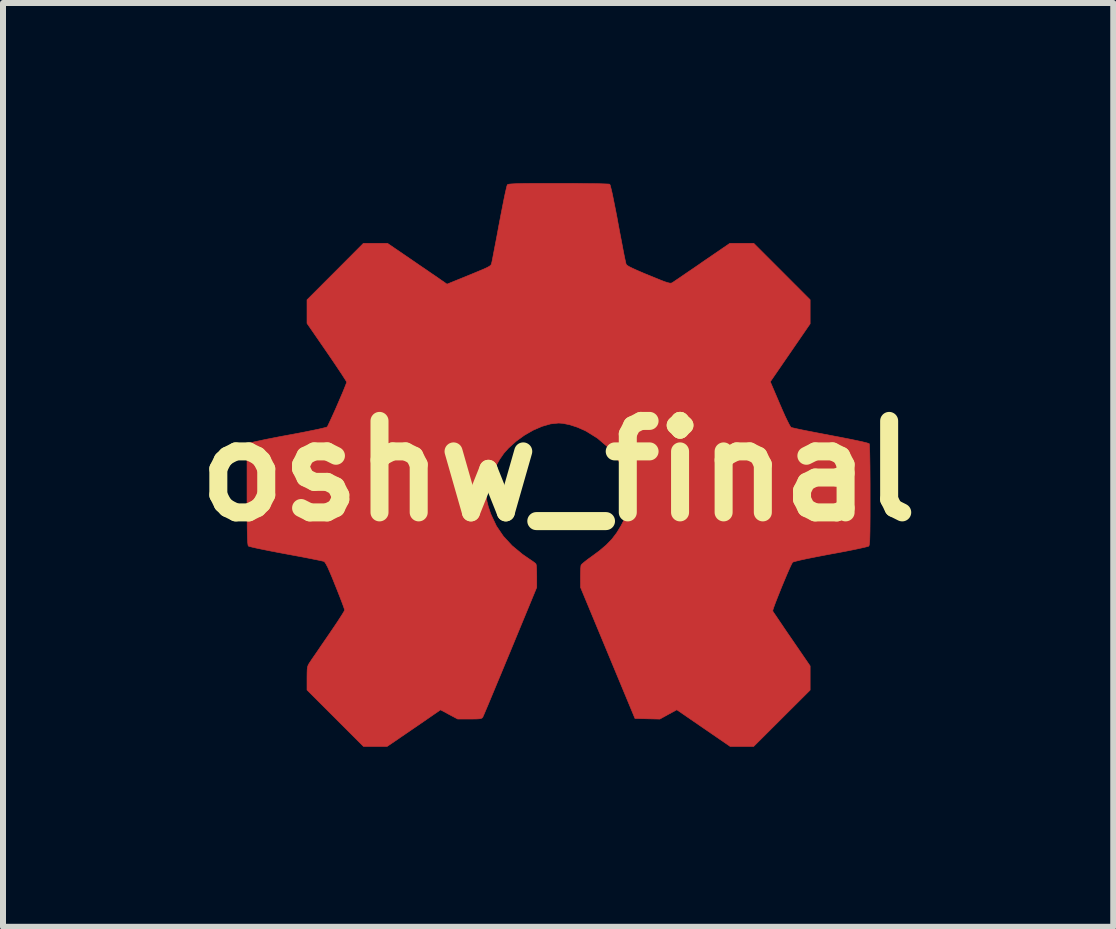
<source format=kicad_pcb>
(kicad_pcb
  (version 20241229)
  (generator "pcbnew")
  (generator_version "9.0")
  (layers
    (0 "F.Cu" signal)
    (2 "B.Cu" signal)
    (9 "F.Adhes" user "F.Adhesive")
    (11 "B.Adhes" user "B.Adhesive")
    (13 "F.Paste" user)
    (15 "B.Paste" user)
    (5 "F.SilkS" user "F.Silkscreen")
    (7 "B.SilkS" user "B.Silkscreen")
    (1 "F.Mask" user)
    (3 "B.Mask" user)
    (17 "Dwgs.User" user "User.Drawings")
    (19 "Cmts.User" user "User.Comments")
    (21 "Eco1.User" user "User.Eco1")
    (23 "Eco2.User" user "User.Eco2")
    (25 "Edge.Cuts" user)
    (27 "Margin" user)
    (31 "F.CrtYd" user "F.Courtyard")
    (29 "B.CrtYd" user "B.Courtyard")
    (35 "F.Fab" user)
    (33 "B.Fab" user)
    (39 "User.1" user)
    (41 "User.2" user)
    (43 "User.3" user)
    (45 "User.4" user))
  (footprint "oshw_final"
    (layer "F.Cu")
    (at 6.248 4.797)
    (property "Reference" "oshw_final" (at 0 0 0) (layer "F.SilkS") (effects (font (size 1.524 1.524) (thickness 0.3))))
    (attr through_hole)
    (fp_poly (pts (xy 0.171 -4.792) (xy 0.327 -4.791) (xy 0.468 -4.789) (xy 0.593 -4.788) (xy 0.698 -4.786) (xy 0.78 -4.783) (xy 0.835 -4.781) (xy 0.859 -4.778) (xy 0.86 -4.778) (xy 0.869 -4.758) (xy 0.882 -4.707) (xy 0.901 -4.627) (xy 0.923 -4.52) (xy 0.949 -4.39) (xy 0.979 -4.238) (xy 1 -4.122) (xy 1.027 -3.978) (xy 1.053 -3.843) (xy 1.076 -3.721) (xy 1.096 -3.617) (xy 1.113 -3.534) (xy 1.126 -3.476) (xy 1.133 -3.446) (xy 1.134 -3.444) (xy 1.148 -3.428) (xy 1.182 -3.406) (xy 1.239 -3.378) (xy 1.32 -3.341) (xy 1.429 -3.294) (xy 1.508 -3.262) (xy 1.623 -3.215) (xy 1.711 -3.179) (xy 1.776 -3.154) (xy 1.823 -3.139) (xy 1.855 -3.131) (xy 1.877 -3.129) (xy 1.894 -3.133) (xy 1.909 -3.142) (xy 1.911 -3.143) (xy 1.936 -3.16) (xy 1.985 -3.193) (xy 2.054 -3.24) (xy 2.14 -3.299) (xy 2.239 -3.366) (xy 2.347 -3.44) (xy 2.408 -3.483) (xy 2.861 -3.793) (xy 3.26 -3.793) (xy 3.73 -3.323) (xy 4.199 -2.853) (xy 4.199 -2.453) (xy 3.867 -1.97) (xy 3.535 -1.487) (xy 3.694 -1.115) (xy 3.741 -1.006) (xy 3.784 -0.91) (xy 3.823 -0.829) (xy 3.854 -0.769) (xy 3.875 -0.734) (xy 3.882 -0.726) (xy 3.905 -0.72) (xy 3.957 -0.708) (xy 4.035 -0.691) (xy 4.134 -0.671) (xy 4.252 -0.648) (xy 4.383 -0.623) (xy 4.525 -0.596) (xy 4.541 -0.593) (xy 4.703 -0.562) (xy 4.846 -0.534) (xy 4.967 -0.509) (xy 5.064 -0.488) (xy 5.134 -0.471) (xy 5.175 -0.459) (xy 5.184 -0.454) (xy 5.187 -0.433) (xy 5.189 -0.381) (xy 5.192 -0.303) (xy 5.194 -0.201) (xy 5.196 -0.078) (xy 5.197 0.062) (xy 5.198 0.216) (xy 5.198 0.38) (xy 5.198 0.4) (xy 5.198 0.594) (xy 5.198 0.756) (xy 5.197 0.89) (xy 5.196 0.999) (xy 5.194 1.083) (xy 5.192 1.148) (xy 5.188 1.194) (xy 5.185 1.225) (xy 5.18 1.244) (xy 5.175 1.252) (xy 5.153 1.259) (xy 5.102 1.272) (xy 5.025 1.289) (xy 4.927 1.31) (xy 4.811 1.333) (xy 4.681 1.358) (xy 4.544 1.383) (xy 4.391 1.412) (xy 4.253 1.439) (xy 4.134 1.463) (xy 4.037 1.484) (xy 3.965 1.502) (xy 3.921 1.514) (xy 3.909 1.52) (xy 3.895 1.541) (xy 3.872 1.588) (xy 3.842 1.655) (xy 3.806 1.738) (xy 3.767 1.831) (xy 3.726 1.929) (xy 3.687 2.027) (xy 3.65 2.12) (xy 3.618 2.202) (xy 3.594 2.268) (xy 3.579 2.314) (xy 3.576 2.333) (xy 3.586 2.35) (xy 3.614 2.391) (xy 3.656 2.453) (xy 3.71 2.533) (xy 3.774 2.628) (xy 3.846 2.733) (xy 3.89 2.797) (xy 4.199 3.248) (xy 4.199 3.65) (xy 3.258 4.589) (xy 2.867 4.589) (xy 2.423 4.284) (xy 1.978 3.978) (xy 1.836 4.055) (xy 1.695 4.133) (xy 1.488 4.128) (xy 1.281 4.123) (xy 0.374 1.939) (xy 0.373 1.767) (xy 0.374 1.691) (xy 0.376 1.627) (xy 0.38 1.582) (xy 0.383 1.568) (xy 0.4 1.548) (xy 0.44 1.514) (xy 0.495 1.471) (xy 0.548 1.433) (xy 0.688 1.33) (xy 0.802 1.233) (xy 0.896 1.136) (xy 0.976 1.031) (xy 1.048 0.913) (xy 1.094 0.824) (xy 1.161 0.665) (xy 1.201 0.521) (xy 1.212 0.391) (xy 1.204 0.309) (xy 1.15 0.11) (xy 1.066 -0.078) (xy 0.954 -0.253) (xy 0.816 -0.41) (xy 0.655 -0.547) (xy 0.472 -0.661) (xy 0.449 -0.673) (xy 0.322 -0.729) (xy 0.196 -0.77) (xy 0.079 -0.794) (xy 0.008 -0.799) (xy -0.124 -0.785) (xy -0.267 -0.744) (xy -0.415 -0.68) (xy -0.561 -0.596) (xy -0.699 -0.496) (xy -0.825 -0.383) (xy -0.903 -0.296) (xy -0.977 -0.189) (xy -1.049 -0.061) (xy -1.111 0.076) (xy -1.159 0.21) (xy -1.17 0.252) (xy -1.188 0.34) (xy -1.194 0.421) (xy -1.186 0.503) (xy -1.163 0.594) (xy -1.126 0.704) (xy -1.115 0.731) (xy -1.028 0.916) (xy -0.912 1.087) (xy -0.767 1.244) (xy -0.592 1.389) (xy -0.474 1.47) (xy -0.424 1.504) (xy -0.386 1.532) (xy -0.369 1.548) (xy -0.363 1.572) (xy -0.359 1.621) (xy -0.357 1.689) (xy -0.356 1.753) (xy -0.356 1.939) (xy -0.795 3.002) (xy -0.87 3.182) (xy -0.941 3.354) (xy -1.008 3.514) (xy -1.069 3.661) (xy -1.123 3.79) (xy -1.169 3.901) (xy -1.207 3.99) (xy -1.234 4.054) (xy -1.25 4.09) (xy -1.253 4.098) (xy -1.264 4.112) (xy -1.281 4.122) (xy -1.311 4.128) (xy -1.36 4.131) (xy -1.435 4.132) (xy -1.472 4.132) (xy -1.673 4.132) (xy -1.816 4.056) (xy -1.959 3.979) (xy -2.237 4.171) (xy -2.336 4.239) (xy -2.44 4.31) (xy -2.539 4.378) (xy -2.626 4.437) (xy -2.682 4.476) (xy -2.849 4.589) (xy -3.242 4.589) (xy -3.712 4.119) (xy -4.183 3.648) (xy -4.183 3.452) (xy -4.182 3.367) (xy -4.18 3.308) (xy -4.175 3.267) (xy -4.164 3.235) (xy -4.147 3.204) (xy -4.126 3.173) (xy -4.102 3.136) (xy -4.061 3.077) (xy -4.007 2.999) (xy -3.945 2.907) (xy -3.876 2.807) (xy -3.813 2.715) (xy -3.745 2.615) (xy -3.683 2.523) (xy -3.631 2.443) (xy -3.591 2.38) (xy -3.565 2.336) (xy -3.556 2.317) (xy -3.562 2.296) (xy -3.579 2.247) (xy -3.605 2.177) (xy -3.639 2.089) (xy -3.679 1.987) (xy -3.711 1.908) (xy -3.763 1.778) (xy -3.806 1.677) (xy -3.839 1.602) (xy -3.866 1.551) (xy -3.886 1.52) (xy -3.901 1.506) (xy -3.901 1.506) (xy -3.926 1.5) (xy -3.98 1.488) (xy -4.059 1.472) (xy -4.159 1.452) (xy -4.277 1.429) (xy -4.407 1.405) (xy -4.536 1.381) (xy -4.675 1.355) (xy -4.804 1.33) (xy -4.918 1.307) (xy -5.015 1.287) (xy -5.09 1.27) (xy -5.139 1.258) (xy -5.159 1.251) (xy -5.164 1.241) (xy -5.168 1.22) (xy -5.172 1.185) (xy -5.175 1.133) (xy -5.177 1.062) (xy -5.179 0.969) (xy -5.18 0.851) (xy -5.181 0.707) (xy -5.182 0.533) (xy -5.182 0.396) (xy -5.182 -0.439) (xy -5.144 -0.463) (xy -5.119 -0.471) (xy -5.064 -0.485) (xy -4.984 -0.502) (xy -4.883 -0.524) (xy -4.765 -0.547) (xy -4.633 -0.573) (xy -4.491 -0.599) (xy -4.487 -0.6) (xy -4.346 -0.626) (xy -4.216 -0.651) (xy -4.099 -0.675) (xy -4 -0.695) (xy -3.923 -0.713) (xy -3.871 -0.726) (xy -3.849 -0.734) (xy -3.848 -0.734) (xy -3.836 -0.754) (xy -3.814 -0.801) (xy -3.783 -0.867) (xy -3.746 -0.948) (xy -3.705 -1.039) (xy -3.664 -1.134) (xy -3.624 -1.227) (xy -3.587 -1.313) (xy -3.557 -1.387) (xy -3.535 -1.443) (xy -3.523 -1.476) (xy -3.522 -1.481) (xy -3.531 -1.499) (xy -3.558 -1.541) (xy -3.599 -1.605) (xy -3.653 -1.686) (xy -3.717 -1.782) (xy -3.79 -1.889) (xy -3.852 -1.98) (xy -4.183 -2.46) (xy -4.183 -2.852) (xy -3.713 -3.322) (xy -3.244 -3.793) (xy -2.842 -3.793) (xy -2.416 -3.502) (xy -2.306 -3.426) (xy -2.201 -3.355) (xy -2.107 -3.29) (xy -2.027 -3.236) (xy -1.966 -3.193) (xy -1.927 -3.166) (xy -1.92 -3.162) (xy -1.851 -3.113) (xy -1.531 -3.243) (xy -1.407 -3.294) (xy -1.311 -3.334) (xy -1.239 -3.364) (xy -1.187 -3.388) (xy -1.153 -3.406) (xy -1.131 -3.421) (xy -1.118 -3.434) (xy -1.111 -3.448) (xy -1.11 -3.453) (xy -1.104 -3.477) (xy -1.093 -3.53) (xy -1.078 -3.609) (xy -1.059 -3.709) (xy -1.036 -3.827) (xy -1.011 -3.959) (xy -0.985 -4.101) (xy -0.982 -4.115) (xy -0.955 -4.258) (xy -0.929 -4.39) (xy -0.906 -4.508) (xy -0.885 -4.609) (xy -0.867 -4.689) (xy -0.854 -4.743) (xy -0.846 -4.768) (xy -0.845 -4.768) (xy -0.836 -4.774) (xy -0.816 -4.779) (xy -0.784 -4.782) (xy -0.735 -4.785) (xy -0.669 -4.788) (xy -0.581 -4.79) (xy -0.47 -4.791) (xy -0.333 -4.791) (xy -0.167 -4.792) (xy 0.006 -4.792) (xy 0.171 -4.792)) (stroke (width 0.01) (type solid)) (fill yes) (layer "F.Cu"))
    (fp_poly (pts (xy 0.153 -4.622) (xy 0.29 -4.621) (xy 0.413 -4.62) (xy 0.518 -4.617) (xy 0.602 -4.615) (xy 0.66 -4.612) (xy 0.689 -4.609) (xy 0.691 -4.608) (xy 0.699 -4.588) (xy 0.713 -4.537) (xy 0.732 -4.458) (xy 0.754 -4.351) (xy 0.781 -4.221) (xy 0.81 -4.069) (xy 0.836 -3.93) (xy 0.864 -3.785) (xy 0.89 -3.649) (xy 0.914 -3.528) (xy 0.935 -3.423) (xy 0.953 -3.341) (xy 0.966 -3.283) (xy 0.975 -3.253) (xy 0.976 -3.251) (xy 0.997 -3.239) (xy 1.044 -3.217) (xy 1.112 -3.187) (xy 1.197 -3.151) (xy 1.294 -3.111) (xy 1.398 -3.068) (xy 1.504 -3.025) (xy 1.608 -2.984) (xy 1.705 -2.946) (xy 1.789 -2.913) (xy 1.857 -2.888) (xy 1.903 -2.873) (xy 1.922 -2.868) (xy 1.922 -2.868) (xy 1.94 -2.879) (xy 1.982 -2.907) (xy 2.046 -2.95) (xy 2.129 -3.006) (xy 2.227 -3.072) (xy 2.337 -3.148) (xy 2.457 -3.23) (xy 2.486 -3.249) (xy 2.607 -3.332) (xy 2.72 -3.409) (xy 2.823 -3.477) (xy 2.911 -3.535) (xy 2.982 -3.58) (xy 3.032 -3.61) (xy 3.058 -3.623) (xy 3.06 -3.624) (xy 3.079 -3.612) (xy 3.119 -3.579) (xy 3.175 -3.528) (xy 3.245 -3.462) (xy 3.326 -3.384) (xy 3.415 -3.297) (xy 3.508 -3.206) (xy 3.602 -3.111) (xy 3.695 -3.018) (xy 3.782 -2.929) (xy 3.861 -2.847) (xy 3.928 -2.775) (xy 3.981 -2.717) (xy 4.016 -2.676) (xy 4.03 -2.654) (xy 4.03 -2.654) (xy 4.021 -2.633) (xy 3.994 -2.588) (xy 3.953 -2.522) (xy 3.898 -2.438) (xy 3.833 -2.339) (xy 3.758 -2.229) (xy 3.678 -2.111) (xy 3.673 -2.103) (xy 3.591 -1.984) (xy 3.515 -1.873) (xy 3.447 -1.773) (xy 3.389 -1.687) (xy 3.344 -1.618) (xy 3.313 -1.571) (xy 3.299 -1.548) (xy 3.299 -1.548) (xy 3.296 -1.532) (xy 3.3 -1.506) (xy 3.311 -1.466) (xy 3.331 -1.41) (xy 3.361 -1.333) (xy 3.402 -1.234) (xy 3.455 -1.108) (xy 3.482 -1.042) (xy 3.537 -0.917) (xy 3.587 -0.805) (xy 3.631 -0.709) (xy 3.667 -0.634) (xy 3.694 -0.582) (xy 3.711 -0.558) (xy 3.712 -0.557) (xy 3.735 -0.55) (xy 3.787 -0.538) (xy 3.865 -0.522) (xy 3.965 -0.502) (xy 4.083 -0.479) (xy 4.214 -0.453) (xy 4.356 -0.426) (xy 4.371 -0.424) (xy 4.534 -0.393) (xy 4.677 -0.365) (xy 4.798 -0.34) (xy 4.895 -0.318) (xy 4.965 -0.302) (xy 5.005 -0.289) (xy 5.015 -0.284) (xy 5.018 -0.263) (xy 5.021 -0.212) (xy 5.023 -0.134) (xy 5.025 -0.034) (xy 5.027 0.085) (xy 5.028 0.219) (xy 5.029 0.364) (xy 5.029 0.4) (xy 5.029 0.572) (xy 5.028 0.713) (xy 5.027 0.826) (xy 5.025 0.914) (xy 5.023 0.98) (xy 5.02 1.027) (xy 5.015 1.058) (xy 5.01 1.076) (xy 5.005 1.082) (xy 4.984 1.09) (xy 4.933 1.103) (xy 4.856 1.12) (xy 4.758 1.14) (xy 4.642 1.163) (xy 4.512 1.188) (xy 4.375 1.214) (xy 4.221 1.243) (xy 4.083 1.27) (xy 3.964 1.294) (xy 3.866 1.315) (xy 3.795 1.333) (xy 3.751 1.345) (xy 3.739 1.35) (xy 3.726 1.372) (xy 3.702 1.42) (xy 3.671 1.49) (xy 3.634 1.577) (xy 3.592 1.677) (xy 3.547 1.784) (xy 3.503 1.895) (xy 3.459 2.005) (xy 3.419 2.109) (xy 3.383 2.203) (xy 3.355 2.281) (xy 3.335 2.339) (xy 3.325 2.373) (xy 3.325 2.379) (xy 3.336 2.398) (xy 3.364 2.441) (xy 3.407 2.505) (xy 3.463 2.588) (xy 3.529 2.685) (xy 3.603 2.794) (xy 3.682 2.909) (xy 3.762 3.026) (xy 3.835 3.136) (xy 3.9 3.234) (xy 3.954 3.318) (xy 3.995 3.384) (xy 4.021 3.429) (xy 4.03 3.449) (xy 4.018 3.468) (xy 3.986 3.507) (xy 3.935 3.563) (xy 3.869 3.633) (xy 3.791 3.714) (xy 3.705 3.803) (xy 3.613 3.896) (xy 3.519 3.99) (xy 3.426 4.083) (xy 3.337 4.17) (xy 3.255 4.249) (xy 3.184 4.317) (xy 3.126 4.37) (xy 3.085 4.405) (xy 3.064 4.419) (xy 3.063 4.42) (xy 3.043 4.41) (xy 2.999 4.384) (xy 2.934 4.342) (xy 2.85 4.288) (xy 2.753 4.223) (xy 2.644 4.149) (xy 2.531 4.072) (xy 2.414 3.993) (xy 2.305 3.919) (xy 2.207 3.855) (xy 2.124 3.801) (xy 2.059 3.76) (xy 2.015 3.734) (xy 1.996 3.725) (xy 1.971 3.733) (xy 1.923 3.754) (xy 1.857 3.786) (xy 1.78 3.826) (xy 1.745 3.845) (xy 1.659 3.889) (xy 1.585 3.925) (xy 1.527 3.949) (xy 1.492 3.959) (xy 1.486 3.959) (xy 1.477 3.955) (xy 1.466 3.942) (xy 1.452 3.918) (xy 1.432 3.882) (xy 1.408 3.831) (xy 1.377 3.764) (xy 1.34 3.678) (xy 1.294 3.571) (xy 1.239 3.441) (xy 1.174 3.287) (xy 1.099 3.105) (xy 1.012 2.895) (xy 0.996 2.858) (xy 0.921 2.675) (xy 0.85 2.501) (xy 0.784 2.339) (xy 0.724 2.19) (xy 0.672 2.058) (xy 0.627 1.945) (xy 0.592 1.854) (xy 0.568 1.787) (xy 0.555 1.747) (xy 0.553 1.736) (xy 0.57 1.716) (xy 0.609 1.683) (xy 0.664 1.64) (xy 0.717 1.602) (xy 0.858 1.499) (xy 0.973 1.401) (xy 1.067 1.302) (xy 1.148 1.197) (xy 1.221 1.077) (xy 1.256 1.01) (xy 1.336 0.815) (xy 1.384 0.614) (xy 1.4 0.41) (xy 1.385 0.206) (xy 1.341 0.007) (xy 1.266 -0.186) (xy 1.162 -0.367) (xy 1.029 -0.534) (xy 1.019 -0.545) (xy 0.86 -0.691) (xy 0.683 -0.809) (xy 0.485 -0.901) (xy 0.389 -0.934) (xy 0.333 -0.95) (xy 0.281 -0.961) (xy 0.223 -0.968) (xy 0.152 -0.972) (xy 0.059 -0.974) (xy 0.008 -0.974) (xy -0.097 -0.973) (xy -0.177 -0.97) (xy -0.24 -0.965) (xy -0.294 -0.955) (xy -0.347 -0.942) (xy -0.373 -0.934) (xy -0.579 -0.853) (xy -0.767 -0.744) (xy -0.933 -0.611) (xy -1.077 -0.454) (xy -1.196 -0.274) (xy -1.229 -0.212) (xy -1.297 -0.055) (xy -1.343 0.092) (xy -1.367 0.245) (xy -1.374 0.406) (xy -1.358 0.623) (xy -1.31 0.83) (xy -1.231 1.025) (xy -1.122 1.206) (xy -0.987 1.367) (xy -0.926 1.423) (xy -0.847 1.489) (xy -0.761 1.557) (xy -0.677 1.618) (xy -0.605 1.665) (xy -0.596 1.67) (xy -0.557 1.699) (xy -0.534 1.731) (xy -0.532 1.735) (xy -0.537 1.758) (xy -0.555 1.809) (xy -0.584 1.889) (xy -0.625 1.994) (xy -0.676 2.124) (xy -0.737 2.277) (xy -0.807 2.45) (xy -0.886 2.643) (xy -0.964 2.832) (xy -1.039 3.013) (xy -1.11 3.184) (xy -1.177 3.345) (xy -1.238 3.491) (xy -1.292 3.621) (xy -1.339 3.731) (xy -1.376 3.82) (xy -1.403 3.884) (xy -1.419 3.921) (xy -1.422 3.929) (xy -1.45 3.956) (xy -1.473 3.962) (xy -1.498 3.955) (xy -1.548 3.933) (xy -1.614 3.901) (xy -1.692 3.861) (xy -1.728 3.842) (xy -1.827 3.791) (xy -1.906 3.754) (xy -1.96 3.733) (xy -1.987 3.729) (xy -2.011 3.741) (xy -2.058 3.769) (xy -2.124 3.811) (xy -2.205 3.864) (xy -2.296 3.925) (xy -2.354 3.965) (xy -2.51 4.073) (xy -2.641 4.163) (xy -2.749 4.236) (xy -2.836 4.295) (xy -2.904 4.34) (xy -2.956 4.374) (xy -2.994 4.397) (xy -3.021 4.411) (xy -3.038 4.418) (xy -3.045 4.42) (xy -3.063 4.408) (xy -3.102 4.375) (xy -3.158 4.323) (xy -3.231 4.255) (xy -3.316 4.173) (xy -3.411 4.08) (xy -3.514 3.979) (xy -3.534 3.958) (xy -3.638 3.855) (xy -3.733 3.758) (xy -3.819 3.67) (xy -3.891 3.595) (xy -3.948 3.535) (xy -3.987 3.492) (xy -4.005 3.47) (xy -4.006 3.468) (xy -4.009 3.458) (xy -4.01 3.448) (xy -4.007 3.435) (xy -3.999 3.416) (xy -3.984 3.389) (xy -3.96 3.35) (xy -3.926 3.298) (xy -3.88 3.229) (xy -3.819 3.14) (xy -3.743 3.029) (xy -3.65 2.893) (xy -3.642 2.881) (xy -3.563 2.765) (xy -3.49 2.658) (xy -3.427 2.562) (xy -3.374 2.481) (xy -3.334 2.419) (xy -3.309 2.377) (xy -3.302 2.362) (xy -3.308 2.34) (xy -3.325 2.292) (xy -3.352 2.219) (xy -3.387 2.128) (xy -3.429 2.021) (xy -3.476 1.903) (xy -3.499 1.844) (xy -3.558 1.698) (xy -3.607 1.58) (xy -3.646 1.489) (xy -3.677 1.422) (xy -3.701 1.376) (xy -3.719 1.348) (xy -3.732 1.337) (xy -3.756 1.33) (xy -3.81 1.319) (xy -3.889 1.303) (xy -3.99 1.283) (xy -4.107 1.26) (xy -4.238 1.235) (xy -4.367 1.211) (xy -4.506 1.185) (xy -4.634 1.161) (xy -4.749 1.138) (xy -4.846 1.117) (xy -4.921 1.101) (xy -4.97 1.089) (xy -4.989 1.082) (xy -4.995 1.071) (xy -5 1.048) (xy -5.004 1.011) (xy -5.007 0.955) (xy -5.009 0.879) (xy -5.011 0.778) (xy -5.012 0.652) (xy -5.012 0.496) (xy -5.012 0.396) (xy -5.012 -0.27) (xy -4.974 -0.294) (xy -4.949 -0.302) (xy -4.895 -0.315) (xy -4.815 -0.333) (xy -4.714 -0.354) (xy -4.595 -0.378) (xy -4.463 -0.403) (xy -4.322 -0.43) (xy -4.318 -0.431) (xy -4.177 -0.457) (xy -4.046 -0.482) (xy -3.93 -0.505) (xy -3.831 -0.526) (xy -3.753 -0.544) (xy -3.701 -0.557) (xy -3.679 -0.565) (xy -3.679 -0.565) (xy -3.666 -0.586) (xy -3.643 -0.633) (xy -3.611 -0.702) (xy -3.573 -0.788) (xy -3.53 -0.885) (xy -3.484 -0.99) (xy -3.438 -1.097) (xy -3.394 -1.202) (xy -3.353 -1.299) (xy -3.318 -1.385) (xy -3.291 -1.453) (xy -3.273 -1.499) (xy -3.268 -1.519) (xy -3.277 -1.538) (xy -3.304 -1.582) (xy -3.346 -1.648) (xy -3.4 -1.731) (xy -3.466 -1.83) (xy -3.54 -1.94) (xy -3.621 -2.059) (xy -3.634 -2.078) (xy -3.717 -2.198) (xy -3.793 -2.311) (xy -3.861 -2.412) (xy -3.919 -2.5) (xy -3.964 -2.569) (xy -3.995 -2.618) (xy -4.009 -2.643) (xy -4.009 -2.644) (xy -4.006 -2.658) (xy -3.993 -2.681) (xy -3.966 -2.715) (xy -3.924 -2.763) (xy -3.865 -2.826) (xy -3.788 -2.906) (xy -3.69 -3.006) (xy -3.57 -3.127) (xy -3.546 -3.151) (xy -3.426 -3.27) (xy -3.319 -3.375) (xy -3.226 -3.464) (xy -3.151 -3.535) (xy -3.093 -3.586) (xy -3.056 -3.616) (xy -3.042 -3.624) (xy -3.021 -3.614) (xy -2.976 -3.588) (xy -2.91 -3.546) (xy -2.825 -3.492) (xy -2.726 -3.426) (xy -2.615 -3.352) (xy -2.496 -3.271) (xy -2.483 -3.262) (xy -2.363 -3.18) (xy -2.251 -3.104) (xy -2.149 -3.035) (xy -2.062 -2.976) (xy -1.993 -2.929) (xy -1.944 -2.897) (xy -1.92 -2.882) (xy -1.919 -2.881) (xy -1.904 -2.877) (xy -1.882 -2.878) (xy -1.85 -2.885) (xy -1.803 -2.899) (xy -1.738 -2.923) (xy -1.652 -2.956) (xy -1.54 -3.001) (xy -1.462 -3.033) (xy -1.322 -3.09) (xy -1.211 -3.136) (xy -1.124 -3.172) (xy -1.059 -3.2) (xy -1.012 -3.222) (xy -0.981 -3.239) (xy -0.961 -3.252) (xy -0.949 -3.264) (xy -0.943 -3.276) (xy -0.94 -3.284) (xy -0.935 -3.308) (xy -0.924 -3.361) (xy -0.909 -3.439) (xy -0.889 -3.54) (xy -0.867 -3.658) (xy -0.842 -3.79) (xy -0.815 -3.931) (xy -0.813 -3.946) (xy -0.786 -4.088) (xy -0.76 -4.221) (xy -0.736 -4.339) (xy -0.715 -4.44) (xy -0.698 -4.519) (xy -0.685 -4.573) (xy -0.676 -4.598) (xy -0.676 -4.599) (xy -0.666 -4.605) (xy -0.645 -4.61) (xy -0.61 -4.614) (xy -0.558 -4.617) (xy -0.486 -4.62) (xy -0.392 -4.621) (xy -0.271 -4.622) (xy -0.122 -4.622) (xy 0.006 -4.623) (xy 0.153 -4.622)) (stroke (width 0.01) (type solid)) (fill yes) (layer "F.Mask")))
  (gr_rect
    (start -3 -3)
    (end 15.497 12.391)
    (stroke (width 0.1) (type default))
    (fill no)
    (layer "Edge.Cuts")))
</source>
